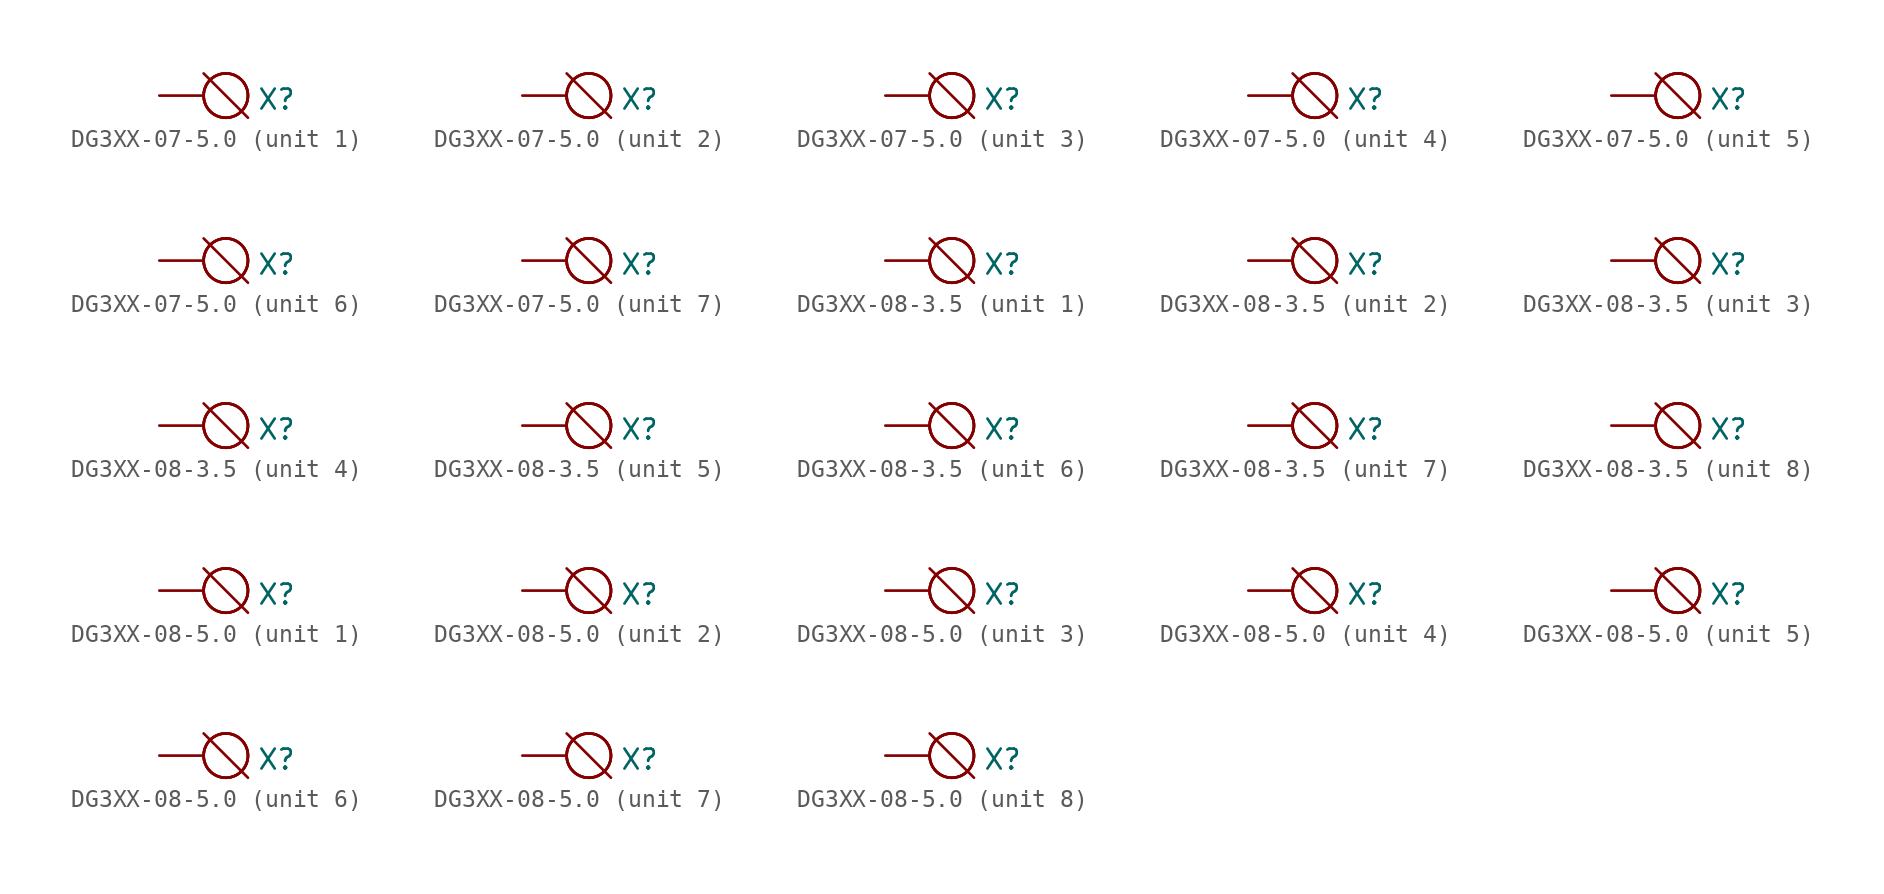
<source format=kicad_sym>
(kicad_symbol_lib
  (version 20211014)
  (generator kicad_symbol_editor)
  (symbol "DG3XX-07-5.0"
    (pin_numbers hide)
    (pin_names
      (offset 1.016) hide)
    (property "Reference" "X"
      (at 3.048 -0.889 0)
      (effects (font (size 1.143 1.143)) (justify left bottom)))
    (property "ki_locked" ""
      (at 0 0 0)
      (effects (font (size 1.27 1.27))))
    (symbol "DG3XX-07-5.0_1_0"
      (polyline (pts (xy 0 1.27) (xy 2.54 -1.27)) (stroke (width 0) (type default) (color 0 0 0 0)) (fill (type none))))
    (symbol "DG3XX-07-5.0_1_1"
      (circle (center 1.27 0) (radius 1.27) (stroke (width 0) (type default) (color 0 0 0 0)) (fill (type none)))
      (circle (center 1.27 0) (radius 1.27) (stroke (width 0) (type default) (color 0 0 0 0)) (fill (type none)))
      (circle (center 1.27 0) (radius 1.27) (stroke (width 0) (type default) (color 0 0 0 0)) (fill (type none)))
      (pin passive line (at -2.54 0 0) (length 2.54) (name "KL" (effects (font (size 1.016 1.016)))) (number "1" (effects (font (size 1.016 1.016))))))
    (symbol "DG3XX-07-5.0_2_0"
      (polyline (pts (xy 0 1.27) (xy 2.54 -1.27)) (stroke (width 0) (type default) (color 0 0 0 0)) (fill (type none))))
    (symbol "DG3XX-07-5.0_2_1"
      (circle (center 1.27 0) (radius 1.27) (stroke (width 0) (type default) (color 0 0 0 0)) (fill (type none)))
      (circle (center 1.27 0) (radius 1.27) (stroke (width 0) (type default) (color 0 0 0 0)) (fill (type none)))
      (circle (center 1.27 0) (radius 1.27) (stroke (width 0) (type default) (color 0 0 0 0)) (fill (type none)))
      (pin passive line (at -2.54 0 0) (length 2.54) (name "KL" (effects (font (size 1.016 1.016)))) (number "2" (effects (font (size 1.016 1.016))))))
    (symbol "DG3XX-07-5.0_3_0"
      (polyline (pts (xy 0 1.27) (xy 2.54 -1.27)) (stroke (width 0) (type default) (color 0 0 0 0)) (fill (type none))))
    (symbol "DG3XX-07-5.0_3_1"
      (circle (center 1.27 0) (radius 1.27) (stroke (width 0) (type default) (color 0 0 0 0)) (fill (type none)))
      (circle (center 1.27 0) (radius 1.27) (stroke (width 0) (type default) (color 0 0 0 0)) (fill (type none)))
      (circle (center 1.27 0) (radius 1.27) (stroke (width 0) (type default) (color 0 0 0 0)) (fill (type none)))
      (pin passive line (at -2.54 0 0) (length 2.54) (name "KL" (effects (font (size 1.016 1.016)))) (number "3" (effects (font (size 1.016 1.016))))))
    (symbol "DG3XX-07-5.0_4_0"
      (polyline (pts (xy 0 1.27) (xy 2.54 -1.27)) (stroke (width 0) (type default) (color 0 0 0 0)) (fill (type none))))
    (symbol "DG3XX-07-5.0_4_1"
      (circle (center 1.27 0) (radius 1.27) (stroke (width 0) (type default) (color 0 0 0 0)) (fill (type none)))
      (circle (center 1.27 0) (radius 1.27) (stroke (width 0) (type default) (color 0 0 0 0)) (fill (type none)))
      (circle (center 1.27 0) (radius 1.27) (stroke (width 0) (type default) (color 0 0 0 0)) (fill (type none)))
      (pin passive line (at -2.54 0 0) (length 2.54) (name "KL" (effects (font (size 1.016 1.016)))) (number "4" (effects (font (size 1.016 1.016))))))
    (symbol "DG3XX-07-5.0_5_0"
      (polyline (pts (xy 0 1.27) (xy 2.54 -1.27)) (stroke (width 0) (type default) (color 0 0 0 0)) (fill (type none))))
    (symbol "DG3XX-07-5.0_5_1"
      (circle (center 1.27 0) (radius 1.27) (stroke (width 0) (type default) (color 0 0 0 0)) (fill (type none)))
      (circle (center 1.27 0) (radius 1.27) (stroke (width 0) (type default) (color 0 0 0 0)) (fill (type none)))
      (circle (center 1.27 0) (radius 1.27) (stroke (width 0) (type default) (color 0 0 0 0)) (fill (type none)))
      (pin passive line (at -2.54 0 0) (length 2.54) (name "KL" (effects (font (size 1.016 1.016)))) (number "5" (effects (font (size 1.016 1.016))))))
    (symbol "DG3XX-07-5.0_6_0"
      (polyline (pts (xy 0 1.27) (xy 2.54 -1.27)) (stroke (width 0) (type default) (color 0 0 0 0)) (fill (type none))))
    (symbol "DG3XX-07-5.0_6_1"
      (circle (center 1.27 0) (radius 1.27) (stroke (width 0) (type default) (color 0 0 0 0)) (fill (type none)))
      (circle (center 1.27 0) (radius 1.27) (stroke (width 0) (type default) (color 0 0 0 0)) (fill (type none)))
      (circle (center 1.27 0) (radius 1.27) (stroke (width 0) (type default) (color 0 0 0 0)) (fill (type none)))
      (pin passive line (at -2.54 0 0) (length 2.54) (name "KL" (effects (font (size 1.016 1.016)))) (number "6" (effects (font (size 1.016 1.016))))))
    (symbol "DG3XX-07-5.0_7_0"
      (polyline (pts (xy 0 1.27) (xy 2.54 -1.27)) (stroke (width 0) (type default) (color 0 0 0 0)) (fill (type none))))
    (symbol "DG3XX-07-5.0_7_1"
      (circle (center 1.27 0) (radius 1.27) (stroke (width 0) (type default) (color 0 0 0 0)) (fill (type none)))
      (circle (center 1.27 0) (radius 1.27) (stroke (width 0) (type default) (color 0 0 0 0)) (fill (type none)))
      (circle (center 1.27 0) (radius 1.27) (stroke (width 0) (type default) (color 0 0 0 0)) (fill (type none)))
      (pin passive line (at -2.54 0 0) (length 2.54) (name "KL" (effects (font (size 1.016 1.016)))) (number "7" (effects (font (size 1.016 1.016)))))))
  (symbol "DG3XX-08-3.5"
    (pin_numbers hide)
    (pin_names
      (offset 1.016) hide)
    (property "Reference" "X"
      (at 3.048 -0.889 0)
      (effects (font (size 1.143 1.143)) (justify left bottom)))
    (property "ki_locked" ""
      (at 0 0 0)
      (effects (font (size 1.27 1.27))))
    (symbol "DG3XX-08-3.5_1_0"
      (polyline (pts (xy 0 1.27) (xy 2.54 -1.27)) (stroke (width 0) (type default) (color 0 0 0 0)) (fill (type none))))
    (symbol "DG3XX-08-3.5_1_1"
      (circle (center 1.27 0) (radius 1.27) (stroke (width 0) (type default) (color 0 0 0 0)) (fill (type none)))
      (circle (center 1.27 0) (radius 1.27) (stroke (width 0) (type default) (color 0 0 0 0)) (fill (type none)))
      (circle (center 1.27 0) (radius 1.27) (stroke (width 0) (type default) (color 0 0 0 0)) (fill (type none)))
      (pin passive line (at -2.54 0 0) (length 2.54) (name "KL" (effects (font (size 1.016 1.016)))) (number "1" (effects (font (size 1.016 1.016))))))
    (symbol "DG3XX-08-3.5_2_0"
      (polyline (pts (xy 0 1.27) (xy 2.54 -1.27)) (stroke (width 0) (type default) (color 0 0 0 0)) (fill (type none))))
    (symbol "DG3XX-08-3.5_2_1"
      (circle (center 1.27 0) (radius 1.27) (stroke (width 0) (type default) (color 0 0 0 0)) (fill (type none)))
      (circle (center 1.27 0) (radius 1.27) (stroke (width 0) (type default) (color 0 0 0 0)) (fill (type none)))
      (circle (center 1.27 0) (radius 1.27) (stroke (width 0) (type default) (color 0 0 0 0)) (fill (type none)))
      (pin passive line (at -2.54 0 0) (length 2.54) (name "KL" (effects (font (size 1.016 1.016)))) (number "2" (effects (font (size 1.016 1.016))))))
    (symbol "DG3XX-08-3.5_3_0"
      (polyline (pts (xy 0 1.27) (xy 2.54 -1.27)) (stroke (width 0) (type default) (color 0 0 0 0)) (fill (type none))))
    (symbol "DG3XX-08-3.5_3_1"
      (circle (center 1.27 0) (radius 1.27) (stroke (width 0) (type default) (color 0 0 0 0)) (fill (type none)))
      (circle (center 1.27 0) (radius 1.27) (stroke (width 0) (type default) (color 0 0 0 0)) (fill (type none)))
      (circle (center 1.27 0) (radius 1.27) (stroke (width 0) (type default) (color 0 0 0 0)) (fill (type none)))
      (pin passive line (at -2.54 0 0) (length 2.54) (name "KL" (effects (font (size 1.016 1.016)))) (number "3" (effects (font (size 1.016 1.016))))))
    (symbol "DG3XX-08-3.5_4_0"
      (polyline (pts (xy 0 1.27) (xy 2.54 -1.27)) (stroke (width 0) (type default) (color 0 0 0 0)) (fill (type none))))
    (symbol "DG3XX-08-3.5_4_1"
      (circle (center 1.27 0) (radius 1.27) (stroke (width 0) (type default) (color 0 0 0 0)) (fill (type none)))
      (circle (center 1.27 0) (radius 1.27) (stroke (width 0) (type default) (color 0 0 0 0)) (fill (type none)))
      (circle (center 1.27 0) (radius 1.27) (stroke (width 0) (type default) (color 0 0 0 0)) (fill (type none)))
      (pin passive line (at -2.54 0 0) (length 2.54) (name "KL" (effects (font (size 1.016 1.016)))) (number "4" (effects (font (size 1.016 1.016))))))
    (symbol "DG3XX-08-3.5_5_0"
      (polyline (pts (xy 0 1.27) (xy 2.54 -1.27)) (stroke (width 0) (type default) (color 0 0 0 0)) (fill (type none))))
    (symbol "DG3XX-08-3.5_5_1"
      (circle (center 1.27 0) (radius 1.27) (stroke (width 0) (type default) (color 0 0 0 0)) (fill (type none)))
      (circle (center 1.27 0) (radius 1.27) (stroke (width 0) (type default) (color 0 0 0 0)) (fill (type none)))
      (circle (center 1.27 0) (radius 1.27) (stroke (width 0) (type default) (color 0 0 0 0)) (fill (type none)))
      (pin passive line (at -2.54 0 0) (length 2.54) (name "KL" (effects (font (size 1.016 1.016)))) (number "5" (effects (font (size 1.016 1.016))))))
    (symbol "DG3XX-08-3.5_6_0"
      (polyline (pts (xy 0 1.27) (xy 2.54 -1.27)) (stroke (width 0) (type default) (color 0 0 0 0)) (fill (type none))))
    (symbol "DG3XX-08-3.5_6_1"
      (circle (center 1.27 0) (radius 1.27) (stroke (width 0) (type default) (color 0 0 0 0)) (fill (type none)))
      (circle (center 1.27 0) (radius 1.27) (stroke (width 0) (type default) (color 0 0 0 0)) (fill (type none)))
      (circle (center 1.27 0) (radius 1.27) (stroke (width 0) (type default) (color 0 0 0 0)) (fill (type none)))
      (pin passive line (at -2.54 0 0) (length 2.54) (name "KL" (effects (font (size 1.016 1.016)))) (number "6" (effects (font (size 1.016 1.016))))))
    (symbol "DG3XX-08-3.5_7_0"
      (polyline (pts (xy 0 1.27) (xy 2.54 -1.27)) (stroke (width 0) (type default) (color 0 0 0 0)) (fill (type none))))
    (symbol "DG3XX-08-3.5_7_1"
      (circle (center 1.27 0) (radius 1.27) (stroke (width 0) (type default) (color 0 0 0 0)) (fill (type none)))
      (circle (center 1.27 0) (radius 1.27) (stroke (width 0) (type default) (color 0 0 0 0)) (fill (type none)))
      (circle (center 1.27 0) (radius 1.27) (stroke (width 0) (type default) (color 0 0 0 0)) (fill (type none)))
      (pin passive line (at -2.54 0 0) (length 2.54) (name "KL" (effects (font (size 1.016 1.016)))) (number "7" (effects (font (size 1.016 1.016))))))
    (symbol "DG3XX-08-3.5_8_0"
      (polyline (pts (xy 0 1.27) (xy 2.54 -1.27)) (stroke (width 0) (type default) (color 0 0 0 0)) (fill (type none))))
    (symbol "DG3XX-08-3.5_8_1"
      (circle (center 1.27 0) (radius 1.27) (stroke (width 0) (type default) (color 0 0 0 0)) (fill (type none)))
      (circle (center 1.27 0) (radius 1.27) (stroke (width 0) (type default) (color 0 0 0 0)) (fill (type none)))
      (circle (center 1.27 0) (radius 1.27) (stroke (width 0) (type default) (color 0 0 0 0)) (fill (type none)))
      (pin passive line (at -2.54 0 0) (length 2.54) (name "KL" (effects (font (size 1.016 1.016)))) (number "8" (effects (font (size 1.016 1.016)))))))
  (symbol "DG3XX-08-5.0"
    (pin_numbers hide)
    (pin_names
      (offset 1.016) hide)
    (property "Reference" "X"
      (at 3.048 -0.889 0)
      (effects (font (size 1.143 1.143)) (justify left bottom)))
    (property "ki_locked" ""
      (at 0 0 0)
      (effects (font (size 1.27 1.27))))
    (symbol "DG3XX-08-5.0_1_0"
      (polyline (pts (xy 0 1.27) (xy 2.54 -1.27)) (stroke (width 0) (type default) (color 0 0 0 0)) (fill (type none))))
    (symbol "DG3XX-08-5.0_1_1"
      (circle (center 1.27 0) (radius 1.27) (stroke (width 0) (type default) (color 0 0 0 0)) (fill (type none)))
      (circle (center 1.27 0) (radius 1.27) (stroke (width 0) (type default) (color 0 0 0 0)) (fill (type none)))
      (circle (center 1.27 0) (radius 1.27) (stroke (width 0) (type default) (color 0 0 0 0)) (fill (type none)))
      (pin passive line (at -2.54 0 0) (length 2.54) (name "KL" (effects (font (size 1.016 1.016)))) (number "1" (effects (font (size 1.016 1.016))))))
    (symbol "DG3XX-08-5.0_2_0"
      (polyline (pts (xy 0 1.27) (xy 2.54 -1.27)) (stroke (width 0) (type default) (color 0 0 0 0)) (fill (type none))))
    (symbol "DG3XX-08-5.0_2_1"
      (circle (center 1.27 0) (radius 1.27) (stroke (width 0) (type default) (color 0 0 0 0)) (fill (type none)))
      (circle (center 1.27 0) (radius 1.27) (stroke (width 0) (type default) (color 0 0 0 0)) (fill (type none)))
      (circle (center 1.27 0) (radius 1.27) (stroke (width 0) (type default) (color 0 0 0 0)) (fill (type none)))
      (pin passive line (at -2.54 0 0) (length 2.54) (name "KL" (effects (font (size 1.016 1.016)))) (number "2" (effects (font (size 1.016 1.016))))))
    (symbol "DG3XX-08-5.0_3_0"
      (polyline (pts (xy 0 1.27) (xy 2.54 -1.27)) (stroke (width 0) (type default) (color 0 0 0 0)) (fill (type none))))
    (symbol "DG3XX-08-5.0_3_1"
      (circle (center 1.27 0) (radius 1.27) (stroke (width 0) (type default) (color 0 0 0 0)) (fill (type none)))
      (circle (center 1.27 0) (radius 1.27) (stroke (width 0) (type default) (color 0 0 0 0)) (fill (type none)))
      (circle (center 1.27 0) (radius 1.27) (stroke (width 0) (type default) (color 0 0 0 0)) (fill (type none)))
      (pin passive line (at -2.54 0 0) (length 2.54) (name "KL" (effects (font (size 1.016 1.016)))) (number "3" (effects (font (size 1.016 1.016))))))
    (symbol "DG3XX-08-5.0_4_0"
      (polyline (pts (xy 0 1.27) (xy 2.54 -1.27)) (stroke (width 0) (type default) (color 0 0 0 0)) (fill (type none))))
    (symbol "DG3XX-08-5.0_4_1"
      (circle (center 1.27 0) (radius 1.27) (stroke (width 0) (type default) (color 0 0 0 0)) (fill (type none)))
      (circle (center 1.27 0) (radius 1.27) (stroke (width 0) (type default) (color 0 0 0 0)) (fill (type none)))
      (circle (center 1.27 0) (radius 1.27) (stroke (width 0) (type default) (color 0 0 0 0)) (fill (type none)))
      (pin passive line (at -2.54 0 0) (length 2.54) (name "KL" (effects (font (size 1.016 1.016)))) (number "4" (effects (font (size 1.016 1.016))))))
    (symbol "DG3XX-08-5.0_5_0"
      (polyline (pts (xy 0 1.27) (xy 2.54 -1.27)) (stroke (width 0) (type default) (color 0 0 0 0)) (fill (type none))))
    (symbol "DG3XX-08-5.0_5_1"
      (circle (center 1.27 0) (radius 1.27) (stroke (width 0) (type default) (color 0 0 0 0)) (fill (type none)))
      (circle (center 1.27 0) (radius 1.27) (stroke (width 0) (type default) (color 0 0 0 0)) (fill (type none)))
      (circle (center 1.27 0) (radius 1.27) (stroke (width 0) (type default) (color 0 0 0 0)) (fill (type none)))
      (pin passive line (at -2.54 0 0) (length 2.54) (name "KL" (effects (font (size 1.016 1.016)))) (number "5" (effects (font (size 1.016 1.016))))))
    (symbol "DG3XX-08-5.0_6_0"
      (polyline (pts (xy 0 1.27) (xy 2.54 -1.27)) (stroke (width 0) (type default) (color 0 0 0 0)) (fill (type none))))
    (symbol "DG3XX-08-5.0_6_1"
      (circle (center 1.27 0) (radius 1.27) (stroke (width 0) (type default) (color 0 0 0 0)) (fill (type none)))
      (circle (center 1.27 0) (radius 1.27) (stroke (width 0) (type default) (color 0 0 0 0)) (fill (type none)))
      (circle (center 1.27 0) (radius 1.27) (stroke (width 0) (type default) (color 0 0 0 0)) (fill (type none)))
      (pin passive line (at -2.54 0 0) (length 2.54) (name "KL" (effects (font (size 1.016 1.016)))) (number "6" (effects (font (size 1.016 1.016))))))
    (symbol "DG3XX-08-5.0_7_0"
      (polyline (pts (xy 0 1.27) (xy 2.54 -1.27)) (stroke (width 0) (type default) (color 0 0 0 0)) (fill (type none))))
    (symbol "DG3XX-08-5.0_7_1"
      (circle (center 1.27 0) (radius 1.27) (stroke (width 0) (type default) (color 0 0 0 0)) (fill (type none)))
      (circle (center 1.27 0) (radius 1.27) (stroke (width 0) (type default) (color 0 0 0 0)) (fill (type none)))
      (circle (center 1.27 0) (radius 1.27) (stroke (width 0) (type default) (color 0 0 0 0)) (fill (type none)))
      (pin passive line (at -2.54 0 0) (length 2.54) (name "KL" (effects (font (size 1.016 1.016)))) (number "7" (effects (font (size 1.016 1.016))))))
    (symbol "DG3XX-08-5.0_8_0"
      (polyline (pts (xy 0 1.27) (xy 2.54 -1.27)) (stroke (width 0) (type default) (color 0 0 0 0)) (fill (type none))))
    (symbol "DG3XX-08-5.0_8_1"
      (circle (center 1.27 0) (radius 1.27) (stroke (width 0) (type default) (color 0 0 0 0)) (fill (type none)))
      (circle (center 1.27 0) (radius 1.27) (stroke (width 0) (type default) (color 0 0 0 0)) (fill (type none)))
      (circle (center 1.27 0) (radius 1.27) (stroke (width 0) (type default) (color 0 0 0 0)) (fill (type none)))
      (pin passive line (at -2.54 0 0) (length 2.54) (name "KL" (effects (font (size 1.016 1.016)))) (number "8" (effects (font (size 1.016 1.016))))))))
</source>
